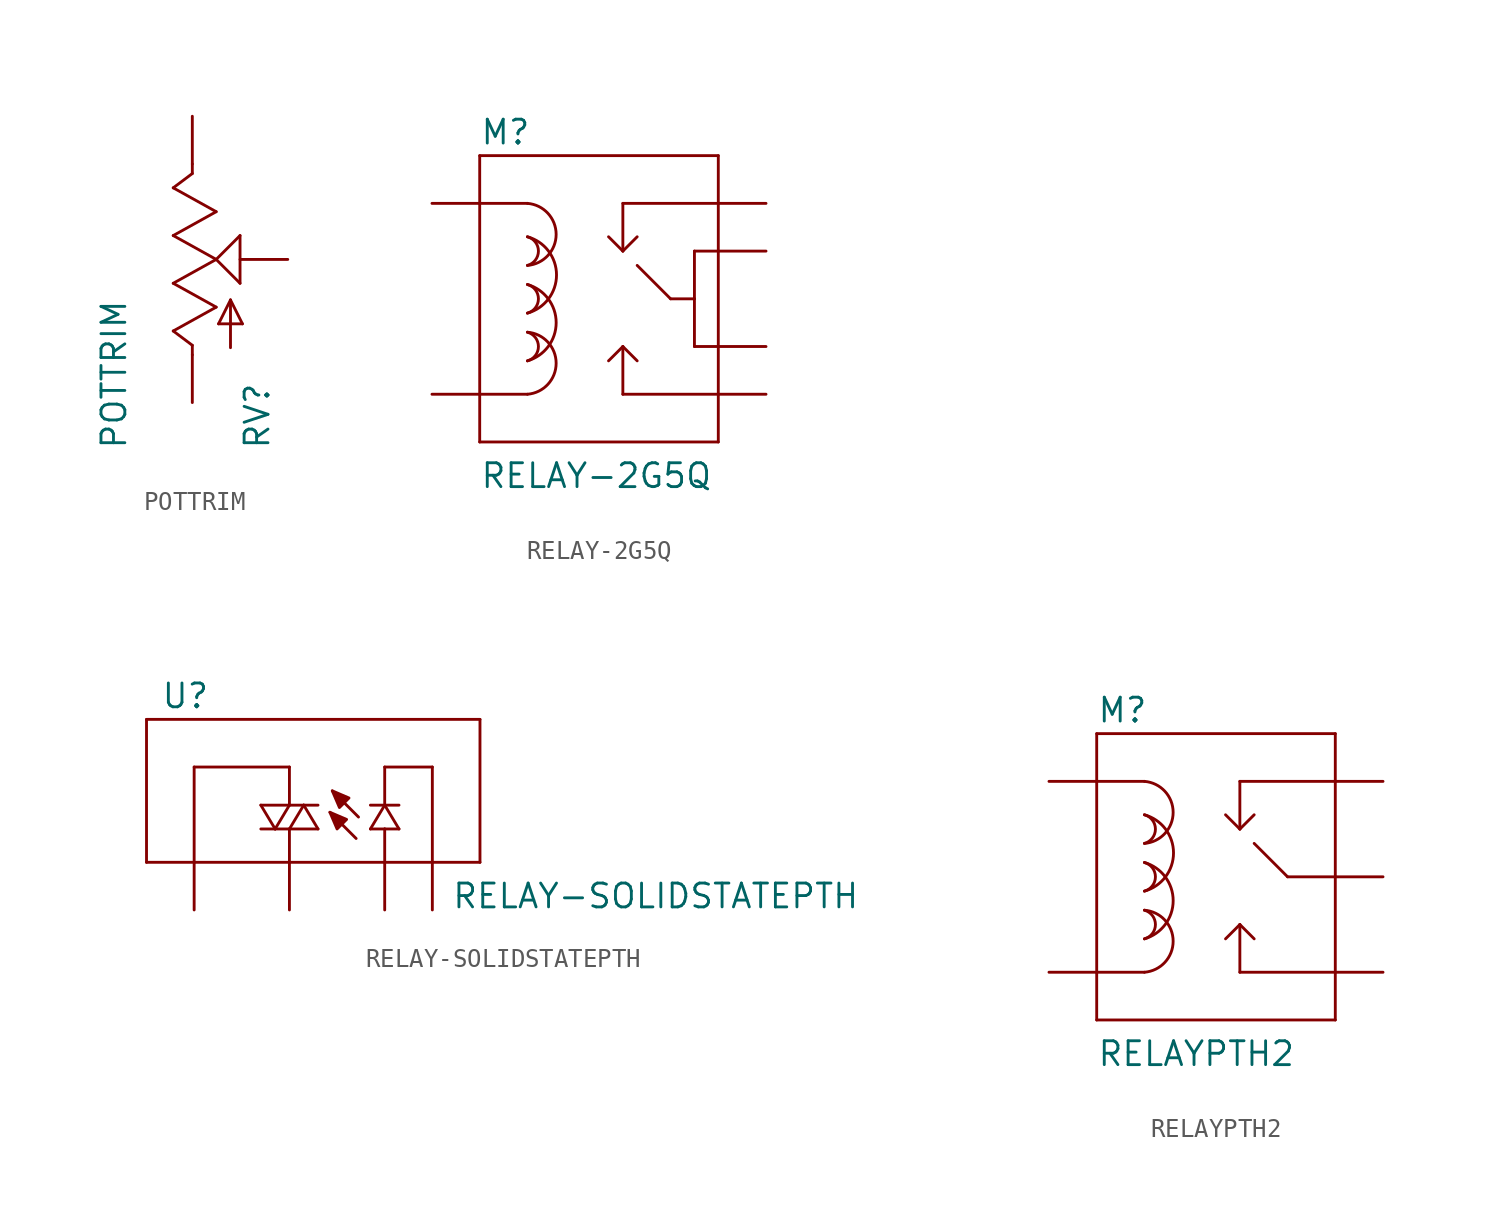
<source format=kicad_sym>
(kicad_symbol_lib
  (version 20220914)
  (generator kicad_symbol_editor)
  (symbol "POTTRIM"
    (pin_numbers hide)
    (pin_names
      (offset 1.016) hide)
    (property "Reference" "RV"
      (at 4.191 -10.16 90)
      (effects (font (size 1.27 1.27)) (justify left bottom)))
    (property "Value" "POTTRIM"
      (at -3.429 -10.16 90)
      (effects (font (size 1.27 1.27)) (justify left bottom)))
    (property "ki_locked" ""
      (at 0 0 0)
      (effects (font (size 1.27 1.27))))
    (symbol "POTTRIM_1_0"
      (polyline (pts (xy -1.016 -3.81) (xy 1.27 -2.54)) (stroke (width 0) (type solid)) (fill (type none)))
      (polyline (pts (xy -1.016 -1.27) (xy 1.27 0)) (stroke (width 0) (type solid)) (fill (type none)))
      (polyline (pts (xy -1.016 1.27) (xy 1.27 2.54)) (stroke (width 0) (type solid)) (fill (type none)))
      (polyline (pts (xy -1.016 3.81) (xy 0 4.572)) (stroke (width 0) (type solid)) (fill (type none)))
      (polyline (pts (xy 0 -5.08) (xy 0 -4.572)) (stroke (width 0) (type solid)) (fill (type none)))
      (polyline (pts (xy 0 -4.572) (xy -1.016 -3.81)) (stroke (width 0) (type solid)) (fill (type none)))
      (polyline (pts (xy 0 4.572) (xy 0 5.08)) (stroke (width 0) (type solid)) (fill (type none)))
      (polyline (pts (xy 1.27 -2.54) (xy -1.016 -1.27)) (stroke (width 0) (type solid)) (fill (type none)))
      (polyline (pts (xy 1.27 0) (xy -1.016 1.27)) (stroke (width 0) (type solid)) (fill (type none)))
      (polyline (pts (xy 1.27 0) (xy 2.54 1.27)) (stroke (width 0) (type solid)) (fill (type none)))
      (polyline (pts (xy 1.27 2.54) (xy -1.016 3.81)) (stroke (width 0) (type solid)) (fill (type none)))
      (polyline (pts (xy 1.397 -3.429) (xy 2.032 -2.159)) (stroke (width 0) (type solid)) (fill (type none)))
      (polyline (pts (xy 2.032 -4.699) (xy 2.032 -2.159)) (stroke (width 0) (type solid)) (fill (type none)))
      (polyline (pts (xy 2.032 -2.159) (xy 2.667 -3.429)) (stroke (width 0) (type solid)) (fill (type none)))
      (polyline (pts (xy 2.54 -1.27) (xy 1.27 0)) (stroke (width 0) (type solid)) (fill (type none)))
      (polyline (pts (xy 2.54 1.27) (xy 2.54 -1.27)) (stroke (width 0) (type solid)) (fill (type none)))
      (polyline (pts (xy 2.667 -3.429) (xy 1.397 -3.429)) (stroke (width 0) (type solid)) (fill (type none))))
    (symbol "POTTRIM_1_1"
      (pin passive line (at 5.08 0 180) (length 2.54) (name "S" (effects (font (size 1.016 1.016)))) (number "1" (effects (font (size 1.016 1.016)))))
      (pin passive line (at 0 7.62 270) (length 2.54) (name "E" (effects (font (size 1.016 1.016)))) (number "2" (effects (font (size 1.016 1.016)))))
      (pin passive line (at 0 -7.62 90) (length 2.54) (name "A" (effects (font (size 1.016 1.016)))) (number "3" (effects (font (size 1.016 1.016)))))))
  (symbol "RELAY-2G5Q"
    (pin_numbers hide)
    (pin_names
      (offset 1.016) hide)
    (property "Reference" "M"
      (at -7.62 8.128 0)
      (effects (font (size 1.27 1.27)) (justify left bottom)))
    (property "Value" "RELAY-2G5Q"
      (at -7.62 -10.16 0)
      (effects (font (size 1.27 1.27)) (justify left bottom)))
    (property "ki_locked" ""
      (at 0 0 0)
      (effects (font (size 1.27 1.27))))
    (symbol "RELAY-2G5Q_1_0"
      (polyline (pts (xy -7.62 -7.62) (xy -7.62 -5.08)) (stroke (width 0) (type solid)) (fill (type none)))
      (polyline (pts (xy -7.62 -5.08) (xy -7.62 5.08)) (stroke (width 0) (type solid)) (fill (type none)))
      (polyline (pts (xy -7.62 -5.08) (xy -5.08 -5.08)) (stroke (width 0) (type solid)) (fill (type none)))
      (polyline (pts (xy -7.62 5.08) (xy -7.62 7.62)) (stroke (width 0) (type solid)) (fill (type none)))
      (polyline (pts (xy -7.62 5.08) (xy -5.08 5.08)) (stroke (width 0) (type solid)) (fill (type none)))
      (polyline (pts (xy -7.62 7.62) (xy 5.08 7.62)) (stroke (width 0) (type solid)) (fill (type none)))
      (polyline (pts (xy 0 -5.08) (xy 0 -2.54)) (stroke (width 0) (type solid)) (fill (type none)))
      (polyline (pts (xy 0 -2.54) (xy -0.762 -3.302)) (stroke (width 0) (type solid)) (fill (type none)))
      (polyline (pts (xy 0 -2.54) (xy 0.762 -3.302)) (stroke (width 0) (type solid)) (fill (type none)))
      (polyline (pts (xy 0 2.54) (xy -0.762 3.302)) (stroke (width 0) (type solid)) (fill (type none)))
      (polyline (pts (xy 0 2.54) (xy 0.762 3.302)) (stroke (width 0) (type solid)) (fill (type none)))
      (polyline (pts (xy 0 5.08) (xy 0 2.54)) (stroke (width 0) (type solid)) (fill (type none)))
      (polyline (pts (xy 2.54 0) (xy 0.762 1.778)) (stroke (width 0) (type solid)) (fill (type none)))
      (polyline (pts (xy 2.54 0) (xy 3.81 0)) (stroke (width 0) (type solid)) (fill (type none)))
      (polyline (pts (xy 3.81 -2.54) (xy 3.81 0)) (stroke (width 0) (type solid)) (fill (type none)))
      (polyline (pts (xy 3.81 0) (xy 3.81 2.54)) (stroke (width 0) (type solid)) (fill (type none)))
      (polyline (pts (xy 3.81 2.54) (xy 5.08 2.54)) (stroke (width 0) (type solid)) (fill (type none)))
      (polyline (pts (xy 5.08 -7.62) (xy -7.62 -7.62)) (stroke (width 0) (type solid)) (fill (type none)))
      (polyline (pts (xy 5.08 -5.08) (xy 0 -5.08)) (stroke (width 0) (type solid)) (fill (type none)))
      (polyline (pts (xy 5.08 -5.08) (xy 5.08 -7.62)) (stroke (width 0) (type solid)) (fill (type none)))
      (polyline (pts (xy 5.08 -2.54) (xy 3.81 -2.54)) (stroke (width 0) (type solid)) (fill (type none)))
      (polyline (pts (xy 5.08 -2.54) (xy 5.08 -5.08)) (stroke (width 0) (type solid)) (fill (type none)))
      (polyline (pts (xy 5.08 2.54) (xy 5.08 -2.54)) (stroke (width 0) (type solid)) (fill (type none)))
      (polyline (pts (xy 5.08 5.08) (xy 0 5.08)) (stroke (width 0) (type solid)) (fill (type none)))
      (polyline (pts (xy 5.08 5.08) (xy 5.08 2.54)) (stroke (width 0) (type solid)) (fill (type none)))
      (polyline (pts (xy 5.08 7.62) (xy 5.08 5.08)) (stroke (width 0) (type solid)) (fill (type none))))
    (symbol "RELAY-2G5Q_1_1"
      (arc (start -5.08 -5.08) (mid -3.5511 -3.429) (end -5.08 -1.778) (stroke (width 0) (type solid)) (fill (type none)))
      (arc (start -5.08 -3.302) (mid -4.4946 -2.54) (end -5.08 -1.778) (stroke (width 0) (type solid)) (fill (type none)))
      (arc (start -5.08 -3.302) (mid -3.5499 -1.27) (end -5.08 0.762) (stroke (width 0) (type solid)) (fill (type none)))
      (arc (start -5.08 -0.762) (mid -4.4946 0) (end -5.08 0.762) (stroke (width 0) (type solid)) (fill (type none)))
      (arc (start -5.08 -0.762) (mid -3.5314 1.27) (end -5.08 3.302) (stroke (width 0) (type solid)) (fill (type none)))
      (arc (start -5.08 1.778) (mid -4.4946 2.54) (end -5.08 3.302) (stroke (width 0) (type solid)) (fill (type none)))
      (arc (start -5.08 1.778) (mid -3.5511 3.429) (end -5.08 5.08) (stroke (width 0) (type solid)) (fill (type none)))
      (pin bidirectional line (at 7.62 5.08 180) (length 2.54) (name "1" (effects (font (size 1.016 1.016)))) (number "1" (effects (font (size 1.016 1.016)))))
      (pin bidirectional line (at 7.62 -5.08 180) (length 2.54) (name "10" (effects (font (size 1.016 1.016)))) (number "10" (effects (font (size 1.016 1.016)))))
      (pin bidirectional line (at -10.16 5.08 0) (length 2.54) (name "2" (effects (font (size 1.016 1.016)))) (number "2" (effects (font (size 1.016 1.016)))))
      (pin bidirectional line (at 7.62 2.54 180) (length 2.54) (name "5" (effects (font (size 1.016 1.016)))) (number "5" (effects (font (size 1.016 1.016)))))
      (pin bidirectional line (at 7.62 -2.54 180) (length 2.54) (name "6" (effects (font (size 1.016 1.016)))) (number "6" (effects (font (size 1.016 1.016)))))
      (pin bidirectional line (at -10.16 -5.08 0) (length 2.54) (name "9" (effects (font (size 1.016 1.016)))) (number "9" (effects (font (size 1.016 1.016)))))))
  (symbol "RELAY-SOLIDSTATEPTH"
    (pin_numbers hide)
    (pin_names
      (offset 1.016) hide)
    (property "Reference" "U"
      (at -9.398 5.588 0)
      (effects (font (size 1.27 1.27)) (justify left bottom)))
    (property "Value" "RELAY-SOLIDSTATEPTH"
      (at 6.096 -5.08 0)
      (effects (font (size 1.27 1.27)) (justify left bottom)))
    (property "ki_locked" ""
      (at 0 0 0)
      (effects (font (size 1.27 1.27))))
    (symbol "RELAY-SOLIDSTATEPTH_1_0"
      (polyline (pts (xy -10.16 -2.54) (xy -10.16 5.08)) (stroke (width 0) (type solid)) (fill (type none)))
      (polyline (pts (xy -10.16 5.08) (xy 7.62 5.08)) (stroke (width 0) (type solid)) (fill (type none)))
      (polyline (pts (xy -7.62 -2.54) (xy -10.16 -2.54)) (stroke (width 0) (type solid)) (fill (type none)))
      (polyline (pts (xy -7.62 -2.54) (xy -7.62 2.54)) (stroke (width 0) (type solid)) (fill (type none)))
      (polyline (pts (xy -7.62 2.54) (xy -2.54 2.54)) (stroke (width 0) (type solid)) (fill (type none)))
      (polyline (pts (xy -4.064 -0.762) (xy -3.302 -0.762)) (stroke (width 0) (type solid)) (fill (type none)))
      (polyline (pts (xy -4.064 0.508) (xy -2.54 0.508)) (stroke (width 0) (type solid)) (fill (type none)))
      (polyline (pts (xy -3.302 -0.762) (xy -4.064 0.508)) (stroke (width 0) (type solid)) (fill (type none)))
      (polyline (pts (xy -3.302 -0.762) (xy -2.54 -0.762)) (stroke (width 0) (type solid)) (fill (type none)))
      (polyline (pts (xy -3.302 -0.762) (xy -2.54 0.508)) (stroke (width 0) (type solid)) (fill (type none)))
      (polyline (pts (xy -2.54 -2.54) (xy -7.62 -2.54)) (stroke (width 0) (type solid)) (fill (type none)))
      (polyline (pts (xy -2.54 -2.54) (xy -2.54 -0.762)) (stroke (width 0) (type solid)) (fill (type none)))
      (polyline (pts (xy -2.54 -0.762) (xy -1.778 0.508)) (stroke (width 0) (type solid)) (fill (type none)))
      (polyline (pts (xy -2.54 -0.762) (xy -1.016 -0.762)) (stroke (width 0) (type solid)) (fill (type none)))
      (polyline (pts (xy -2.54 0.508) (xy -1.778 0.508)) (stroke (width 0) (type solid)) (fill (type none)))
      (polyline (pts (xy -2.54 2.54) (xy -2.54 0.508)) (stroke (width 0) (type solid)) (fill (type none)))
      (polyline (pts (xy -1.778 0.508) (xy -1.016 -0.762)) (stroke (width 0) (type solid)) (fill (type none)))
      (polyline (pts (xy -1.778 0.508) (xy -1.016 0.508)) (stroke (width 0) (type solid)) (fill (type none)))
      (polyline (pts (xy 1.016 -1.27) (xy -0.381 0.127)) (stroke (width 0) (type solid)) (fill (type none)))
      (polyline (pts (xy 1.143 -0.127) (xy -0.254 1.27)) (stroke (width 0) (type solid)) (fill (type none)))
      (polyline (pts (xy 1.778 -0.762) (xy 2.54 -0.762)) (stroke (width 0) (type solid)) (fill (type none)))
      (polyline (pts (xy 1.778 -0.762) (xy 2.54 0.508)) (stroke (width 0) (type solid)) (fill (type none)))
      (polyline (pts (xy 1.778 0.508) (xy 2.54 0.508)) (stroke (width 0) (type solid)) (fill (type none)))
      (polyline (pts (xy 2.54 -2.54) (xy -2.54 -2.54)) (stroke (width 0) (type solid)) (fill (type none)))
      (polyline (pts (xy 2.54 -2.54) (xy 2.54 -0.762)) (stroke (width 0) (type solid)) (fill (type none)))
      (polyline (pts (xy 2.54 -0.762) (xy 3.302 -0.762)) (stroke (width 0) (type solid)) (fill (type none)))
      (polyline (pts (xy 2.54 0.508) (xy 2.54 2.54)) (stroke (width 0) (type solid)) (fill (type none)))
      (polyline (pts (xy 2.54 0.508) (xy 3.302 -0.762)) (stroke (width 0) (type solid)) (fill (type none)))
      (polyline (pts (xy 2.54 0.508) (xy 3.302 0.508)) (stroke (width 0) (type solid)) (fill (type none)))
      (polyline (pts (xy 2.54 2.54) (xy 5.08 2.54)) (stroke (width 0) (type solid)) (fill (type none)))
      (polyline (pts (xy 5.08 -2.54) (xy 2.54 -2.54)) (stroke (width 0) (type solid)) (fill (type none)))
      (polyline (pts (xy 5.08 2.54) (xy 5.08 -2.54)) (stroke (width 0) (type solid)) (fill (type none)))
      (polyline (pts (xy 7.62 -2.54) (xy 5.08 -2.54)) (stroke (width 0) (type solid)) (fill (type none)))
      (polyline (pts (xy 7.62 5.08) (xy 7.62 -2.54)) (stroke (width 0) (type solid)) (fill (type none))))
    (symbol "RELAY-SOLIDSTATEPTH_1_1"
      (polyline (pts (xy -0.381 0.127) (xy 0 -0.762) (xy 0 -0.762) (xy 0.508 -0.254) (xy 0.508 -0.254) (xy -0.381 0.127)) (stroke (width 0) (type solid)) (fill (type outline)))
      (polyline (pts (xy -0.254 1.27) (xy 0.127 0.381) (xy 0.127 0.381) (xy 0.635 0.889) (xy 0.635 0.889) (xy -0.254 1.27)) (stroke (width 0) (type solid)) (fill (type outline)))
      (pin bidirectional line (at -7.62 -5.08 90) (length 2.54) (name "T1" (effects (font (size 1.016 1.016)))) (number "1" (effects (font (size 1.016 1.016)))))
      (pin bidirectional line (at -2.54 -5.08 90) (length 2.54) (name "T2" (effects (font (size 1.016 1.016)))) (number "2" (effects (font (size 1.016 1.016)))))
      (pin bidirectional line (at 2.54 -5.08 90) (length 2.54) (name "+" (effects (font (size 1.016 1.016)))) (number "3" (effects (font (size 1.016 1.016)))))
      (pin bidirectional line (at 5.08 -5.08 90) (length 2.54) (name "-" (effects (font (size 1.016 1.016)))) (number "4" (effects (font (size 1.016 1.016)))))))
  (symbol "RELAYPTH2"
    (pin_numbers hide)
    (pin_names
      (offset 1.016) hide)
    (property "Reference" "M"
      (at -7.62 8.128 0)
      (effects (font (size 1.27 1.27)) (justify left bottom)))
    (property "Value" "RELAYPTH2"
      (at -7.62 -10.16 0)
      (effects (font (size 1.27 1.27)) (justify left bottom)))
    (property "ki_locked" ""
      (at 0 0 0)
      (effects (font (size 1.27 1.27))))
    (symbol "RELAYPTH2_1_0"
      (polyline (pts (xy -7.62 -7.62) (xy -7.62 -5.08)) (stroke (width 0) (type solid)) (fill (type none)))
      (polyline (pts (xy -7.62 -5.08) (xy -7.62 5.08)) (stroke (width 0) (type solid)) (fill (type none)))
      (polyline (pts (xy -7.62 -5.08) (xy -5.08 -5.08)) (stroke (width 0) (type solid)) (fill (type none)))
      (polyline (pts (xy -7.62 5.08) (xy -7.62 7.62)) (stroke (width 0) (type solid)) (fill (type none)))
      (polyline (pts (xy -7.62 5.08) (xy -5.08 5.08)) (stroke (width 0) (type solid)) (fill (type none)))
      (polyline (pts (xy -7.62 7.62) (xy 5.08 7.62)) (stroke (width 0) (type solid)) (fill (type none)))
      (polyline (pts (xy 0 -5.08) (xy 0 -2.54)) (stroke (width 0) (type solid)) (fill (type none)))
      (polyline (pts (xy 0 -2.54) (xy -0.762 -3.302)) (stroke (width 0) (type solid)) (fill (type none)))
      (polyline (pts (xy 0 -2.54) (xy 0.762 -3.302)) (stroke (width 0) (type solid)) (fill (type none)))
      (polyline (pts (xy 0 2.54) (xy -0.762 3.302)) (stroke (width 0) (type solid)) (fill (type none)))
      (polyline (pts (xy 0 2.54) (xy 0.762 3.302)) (stroke (width 0) (type solid)) (fill (type none)))
      (polyline (pts (xy 0 5.08) (xy 0 2.54)) (stroke (width 0) (type solid)) (fill (type none)))
      (polyline (pts (xy 2.54 0) (xy 0.762 1.778)) (stroke (width 0) (type solid)) (fill (type none)))
      (polyline (pts (xy 5.08 -7.62) (xy -7.62 -7.62)) (stroke (width 0) (type solid)) (fill (type none)))
      (polyline (pts (xy 5.08 -5.08) (xy 0 -5.08)) (stroke (width 0) (type solid)) (fill (type none)))
      (polyline (pts (xy 5.08 -5.08) (xy 5.08 -7.62)) (stroke (width 0) (type solid)) (fill (type none)))
      (polyline (pts (xy 5.08 0) (xy 2.54 0)) (stroke (width 0) (type solid)) (fill (type none)))
      (polyline (pts (xy 5.08 0) (xy 5.08 -5.08)) (stroke (width 0) (type solid)) (fill (type none)))
      (polyline (pts (xy 5.08 5.08) (xy 0 5.08)) (stroke (width 0) (type solid)) (fill (type none)))
      (polyline (pts (xy 5.08 5.08) (xy 5.08 0)) (stroke (width 0) (type solid)) (fill (type none)))
      (polyline (pts (xy 5.08 7.62) (xy 5.08 5.08)) (stroke (width 0) (type solid)) (fill (type none))))
    (symbol "RELAYPTH2_1_1"
      (arc (start -5.08 -5.08) (mid -3.5511 -3.429) (end -5.08 -1.778) (stroke (width 0) (type solid)) (fill (type none)))
      (arc (start -5.08 -3.302) (mid -4.4946 -2.54) (end -5.08 -1.778) (stroke (width 0) (type solid)) (fill (type none)))
      (arc (start -5.08 -3.302) (mid -3.5499 -1.27) (end -5.08 0.762) (stroke (width 0) (type solid)) (fill (type none)))
      (arc (start -5.08 -0.762) (mid -4.4946 0) (end -5.08 0.762) (stroke (width 0) (type solid)) (fill (type none)))
      (arc (start -5.08 -0.762) (mid -3.5314 1.27) (end -5.08 3.302) (stroke (width 0) (type solid)) (fill (type none)))
      (arc (start -5.08 1.778) (mid -4.4946 2.54) (end -5.08 3.302) (stroke (width 0) (type solid)) (fill (type none)))
      (arc (start -5.08 1.778) (mid -3.5511 3.429) (end -5.08 5.08) (stroke (width 0) (type solid)) (fill (type none)))
      (pin bidirectional line (at -10.16 5.08 0) (length 2.54) (name "COIL1" (effects (font (size 1.016 1.016)))) (number "COIL1" (effects (font (size 1.016 1.016)))))
      (pin bidirectional line (at -10.16 -5.08 0) (length 2.54) (name "COIL2" (effects (font (size 1.016 1.016)))) (number "COIL2" (effects (font (size 1.016 1.016)))))
      (pin bidirectional line (at 7.62 0 180) (length 2.54) (name "MAIN" (effects (font (size 1.016 1.016)))) (number "MAIN" (effects (font (size 1.016 1.016)))))
      (pin bidirectional line (at 7.62 5.08 180) (length 2.54) (name "NC" (effects (font (size 1.016 1.016)))) (number "NC" (effects (font (size 1.016 1.016)))))
      (pin bidirectional line (at 7.62 -5.08 180) (length 2.54) (name "NO" (effects (font (size 1.016 1.016)))) (number "NO" (effects (font (size 1.016 1.016))))))))
</source>
